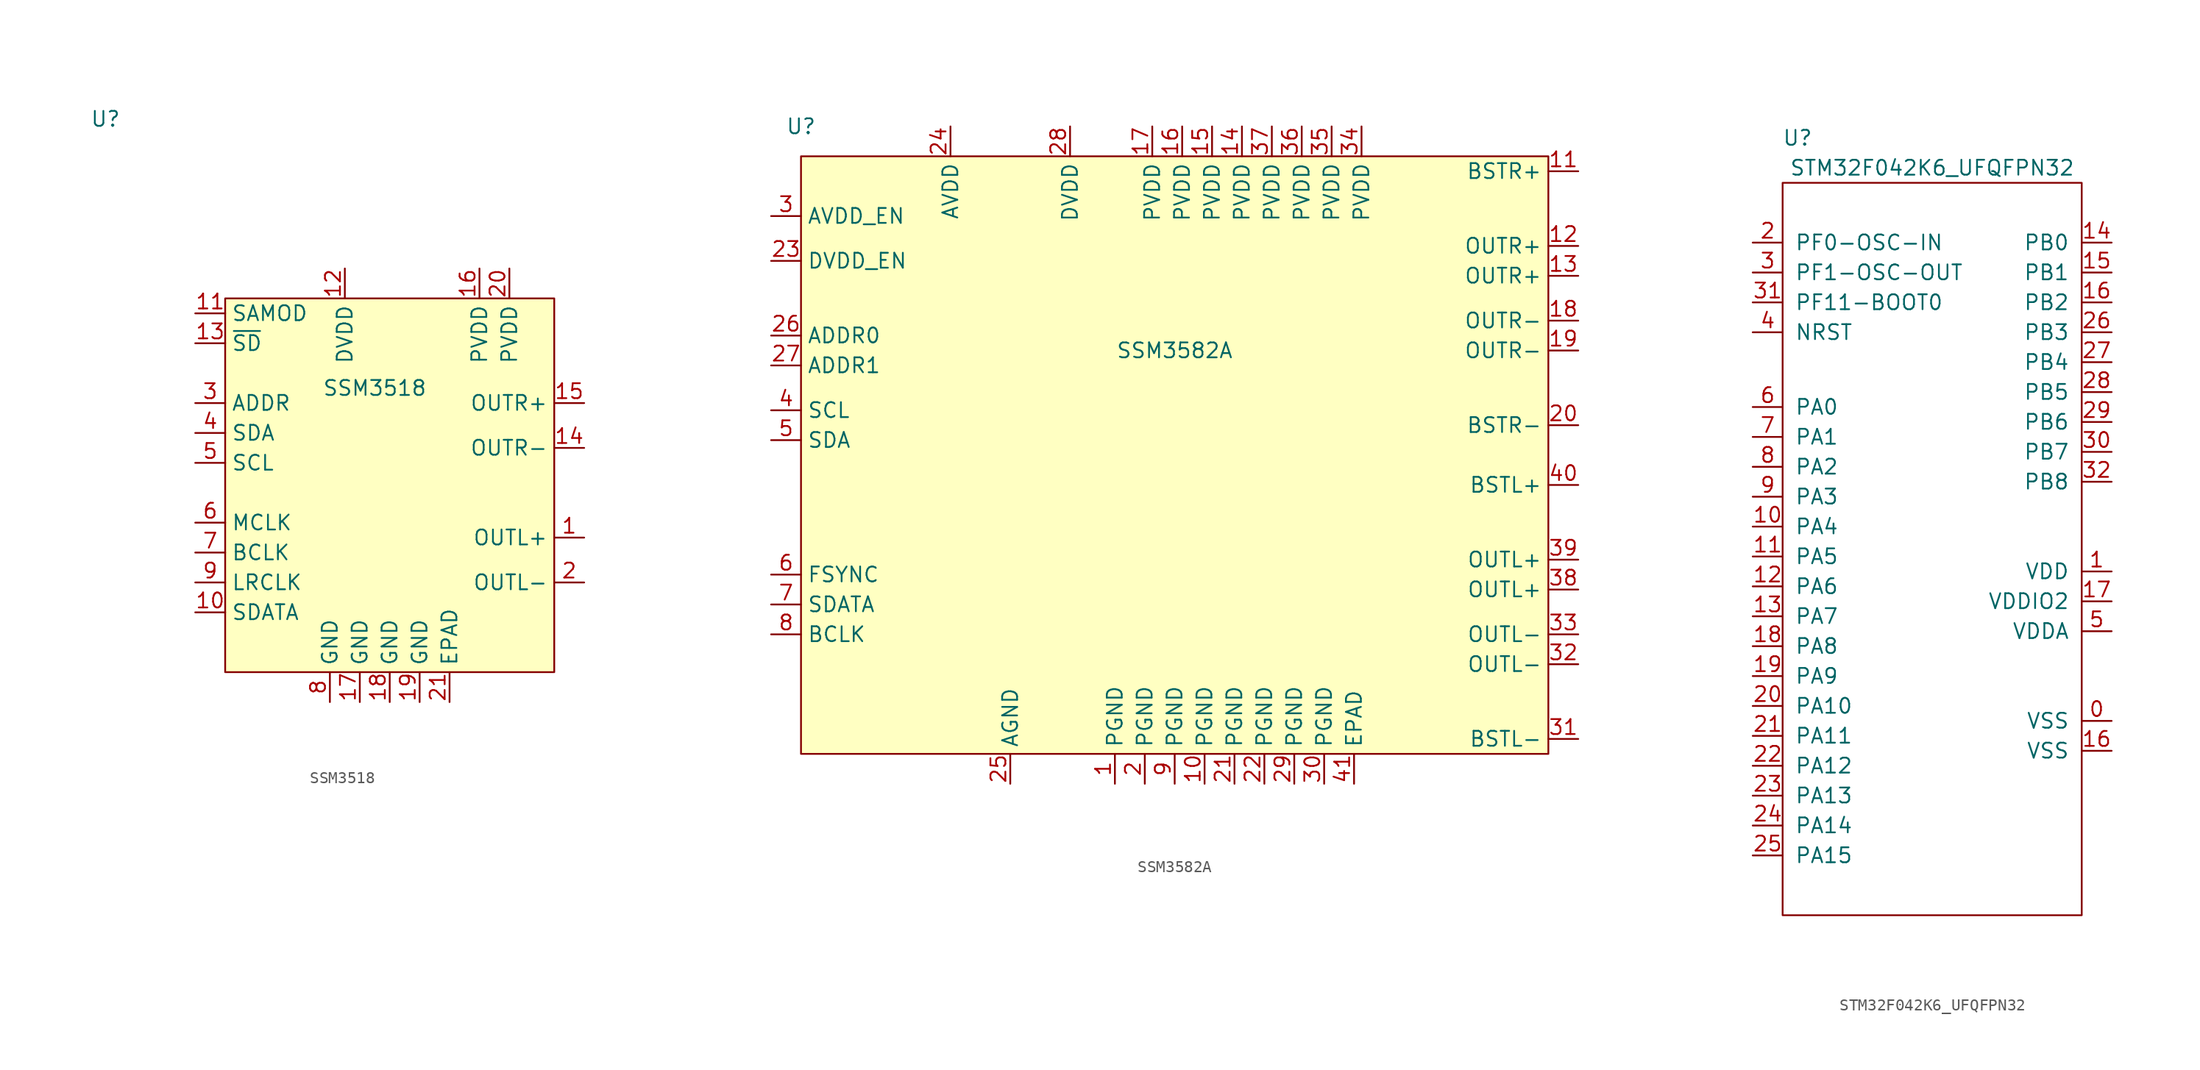
<source format=kicad_sym>
(kicad_symbol_lib
  (version 20211014)
  (generator kicad_symbol_editor)
  (symbol "SSM3518"
    (property "Reference" "U"
      (at -24.13 31.75 0)
      (effects (font (size 1.27 1.27))))
    (property "Value" "SSM3518"
      (at -1.27 8.89 0)
      (effects (font (size 1.27 1.27))))
    (symbol "SSM3518_0_1"
      (rectangle (start -13.97 16.51) (end 13.97 -15.24) (stroke (width 0.152) (type default) (color 0 0 0 0)) (fill (type background))))
    (symbol "SSM3518_1_1"
      (pin output line (at 16.51 -3.81 180) (length 2.54) (name "OUTL+" (effects (font (size 1.27 1.27)))) (number "1" (effects (font (size 1.27 1.27)))))
      (pin input line (at -16.51 -10.16 0) (length 2.54) (name "SDATA" (effects (font (size 1.27 1.27)))) (number "10" (effects (font (size 1.27 1.27)))))
      (pin input line (at -16.51 15.24 0) (length 2.54) (name "SAMOD" (effects (font (size 1.27 1.27)))) (number "11" (effects (font (size 1.27 1.27)))))
      (pin power_in line (at -3.81 19.05 270) (length 2.54) (name "DVDD" (effects (font (size 1.27 1.27)))) (number "12" (effects (font (size 1.27 1.27)))))
      (pin input line (at -16.51 12.7 0) (length 2.54) (name "~{SD}" (effects (font (size 1.27 1.27)))) (number "13" (effects (font (size 1.27 1.27)))))
      (pin output line (at 16.51 3.81 180) (length 2.54) (name "OUTR-" (effects (font (size 1.27 1.27)))) (number "14" (effects (font (size 1.27 1.27)))))
      (pin output line (at 16.51 7.62 180) (length 2.54) (name "OUTR+" (effects (font (size 1.27 1.27)))) (number "15" (effects (font (size 1.27 1.27)))))
      (pin power_in line (at 7.62 19.05 270) (length 2.54) (name "PVDD" (effects (font (size 1.27 1.27)))) (number "16" (effects (font (size 1.27 1.27)))))
      (pin power_in line (at -2.54 -17.78 90) (length 2.54) (name "GND" (effects (font (size 1.27 1.27)))) (number "17" (effects (font (size 1.27 1.27)))))
      (pin power_in line (at 0 -17.78 90) (length 2.54) (name "GND" (effects (font (size 1.27 1.27)))) (number "18" (effects (font (size 1.27 1.27)))))
      (pin power_in line (at 2.54 -17.78 90) (length 2.54) (name "GND" (effects (font (size 1.27 1.27)))) (number "19" (effects (font (size 1.27 1.27)))))
      (pin output line (at 16.51 -7.62 180) (length 2.54) (name "OUTL-" (effects (font (size 1.27 1.27)))) (number "2" (effects (font (size 1.27 1.27)))))
      (pin power_in line (at 10.16 19.05 270) (length 2.54) (name "PVDD" (effects (font (size 1.27 1.27)))) (number "20" (effects (font (size 1.27 1.27)))))
      (pin power_in line (at 5.08 -17.78 90) (length 2.54) (name "EPAD" (effects (font (size 1.27 1.27)))) (number "21" (effects (font (size 1.27 1.27)))))
      (pin input line (at -16.51 7.62 0) (length 2.54) (name "ADDR" (effects (font (size 1.27 1.27)))) (number "3" (effects (font (size 1.27 1.27)))))
      (pin bidirectional line (at -16.51 5.08 0) (length 2.54) (name "SDA" (effects (font (size 1.27 1.27)))) (number "4" (effects (font (size 1.27 1.27)))))
      (pin input line (at -16.51 2.54 0) (length 2.54) (name "SCL" (effects (font (size 1.27 1.27)))) (number "5" (effects (font (size 1.27 1.27)))))
      (pin input line (at -16.51 -2.54 0) (length 2.54) (name "MCLK" (effects (font (size 1.27 1.27)))) (number "6" (effects (font (size 1.27 1.27)))))
      (pin input line (at -16.51 -5.08 0) (length 2.54) (name "BCLK" (effects (font (size 1.27 1.27)))) (number "7" (effects (font (size 1.27 1.27)))))
      (pin power_in line (at -5.08 -17.78 90) (length 2.54) (name "GND" (effects (font (size 1.27 1.27)))) (number "8" (effects (font (size 1.27 1.27)))))
      (pin input line (at -16.51 -7.62 0) (length 2.54) (name "LRCLK" (effects (font (size 1.27 1.27)))) (number "9" (effects (font (size 1.27 1.27)))))))
  (symbol "SSM3582A"
    (property "Reference" "U"
      (at -33.02 27.94 0)
      (effects (font (size 1.27 1.27))))
    (property "Value" "SSM3582A"
      (at -1.27 8.89 0)
      (effects (font (size 1.27 1.27))))
    (symbol "SSM3582A_0_1"
      (rectangle (start -33.02 25.4) (end 30.48 -25.4) (stroke (width 0.152) (type default) (color 0 0 0 0)) (fill (type background))))
    (symbol "SSM3582A_1_1"
      (pin power_in line (at -6.35 -27.94 90) (length 2.54) (name "PGND" (effects (font (size 1.27 1.27)))) (number "1" (effects (font (size 1.27 1.27)))))
      (pin power_in line (at 1.27 -27.94 90) (length 2.54) (name "PGND" (effects (font (size 1.27 1.27)))) (number "10" (effects (font (size 1.27 1.27)))))
      (pin input line (at 33.02 24.13 180) (length 2.54) (name "BSTR+" (effects (font (size 1.27 1.27)))) (number "11" (effects (font (size 1.27 1.27)))))
      (pin output line (at 33.02 17.78 180) (length 2.54) (name "OUTR+" (effects (font (size 1.27 1.27)))) (number "12" (effects (font (size 1.27 1.27)))))
      (pin output line (at 33.02 15.24 180) (length 2.54) (name "OUTR+" (effects (font (size 1.27 1.27)))) (number "13" (effects (font (size 1.27 1.27)))))
      (pin power_in line (at 4.445 27.94 270) (length 2.54) (name "PVDD" (effects (font (size 1.27 1.27)))) (number "14" (effects (font (size 1.27 1.27)))))
      (pin power_in line (at 1.905 27.94 270) (length 2.54) (name "PVDD" (effects (font (size 1.27 1.27)))) (number "15" (effects (font (size 1.27 1.27)))))
      (pin power_in line (at -0.635 27.94 270) (length 2.54) (name "PVDD" (effects (font (size 1.27 1.27)))) (number "16" (effects (font (size 1.27 1.27)))))
      (pin power_in line (at -3.175 27.94 270) (length 2.54) (name "PVDD" (effects (font (size 1.27 1.27)))) (number "17" (effects (font (size 1.27 1.27)))))
      (pin output line (at 33.02 11.43 180) (length 2.54) (name "OUTR-" (effects (font (size 1.27 1.27)))) (number "18" (effects (font (size 1.27 1.27)))))
      (pin output line (at 33.02 8.89 180) (length 2.54) (name "OUTR-" (effects (font (size 1.27 1.27)))) (number "19" (effects (font (size 1.27 1.27)))))
      (pin power_in line (at -3.81 -27.94 90) (length 2.54) (name "PGND" (effects (font (size 1.27 1.27)))) (number "2" (effects (font (size 1.27 1.27)))))
      (pin power_in line (at 33.02 2.54 180) (length 2.54) (name "BSTR-" (effects (font (size 1.27 1.27)))) (number "20" (effects (font (size 1.27 1.27)))))
      (pin power_in line (at 3.81 -27.94 90) (length 2.54) (name "PGND" (effects (font (size 1.27 1.27)))) (number "21" (effects (font (size 1.27 1.27)))))
      (pin output line (at 6.35 -27.94 90) (length 2.54) (name "PGND" (effects (font (size 1.27 1.27)))) (number "22" (effects (font (size 1.27 1.27)))))
      (pin input line (at -35.56 16.51 0) (length 2.54) (name "DVDD_EN" (effects (font (size 1.27 1.27)))) (number "23" (effects (font (size 1.27 1.27)))))
      (pin power_in line (at -20.32 27.94 270) (length 2.54) (name "AVDD" (effects (font (size 1.27 1.27)))) (number "24" (effects (font (size 1.27 1.27)))))
      (pin power_in line (at -15.24 -27.94 90) (length 2.54) (name "AGND" (effects (font (size 1.27 1.27)))) (number "25" (effects (font (size 1.27 1.27)))))
      (pin input line (at -35.56 10.16 0) (length 2.54) (name "ADDR0" (effects (font (size 1.27 1.27)))) (number "26" (effects (font (size 1.27 1.27)))))
      (pin input line (at -35.56 7.62 0) (length 2.54) (name "ADDR1" (effects (font (size 1.27 1.27)))) (number "27" (effects (font (size 1.27 1.27)))))
      (pin power_in line (at -10.16 27.94 270) (length 2.54) (name "DVDD" (effects (font (size 1.27 1.27)))) (number "28" (effects (font (size 1.27 1.27)))))
      (pin power_in line (at 8.89 -27.94 90) (length 2.54) (name "PGND" (effects (font (size 1.27 1.27)))) (number "29" (effects (font (size 1.27 1.27)))))
      (pin input line (at -35.56 20.32 0) (length 2.54) (name "AVDD_EN" (effects (font (size 1.27 1.27)))) (number "3" (effects (font (size 1.27 1.27)))))
      (pin power_in line (at 11.43 -27.94 90) (length 2.54) (name "PGND" (effects (font (size 1.27 1.27)))) (number "30" (effects (font (size 1.27 1.27)))))
      (pin input line (at 33.02 -24.13 180) (length 2.54) (name "BSTL-" (effects (font (size 1.27 1.27)))) (number "31" (effects (font (size 1.27 1.27)))))
      (pin output line (at 33.02 -17.78 180) (length 2.54) (name "OUTL-" (effects (font (size 1.27 1.27)))) (number "32" (effects (font (size 1.27 1.27)))))
      (pin output line (at 33.02 -15.24 180) (length 2.54) (name "OUTL-" (effects (font (size 1.27 1.27)))) (number "33" (effects (font (size 1.27 1.27)))))
      (pin power_in line (at 14.605 27.94 270) (length 2.54) (name "PVDD" (effects (font (size 1.27 1.27)))) (number "34" (effects (font (size 1.27 1.27)))))
      (pin power_in line (at 12.065 27.94 270) (length 2.54) (name "PVDD" (effects (font (size 1.27 1.27)))) (number "35" (effects (font (size 1.27 1.27)))))
      (pin power_in line (at 9.525 27.94 270) (length 2.54) (name "PVDD" (effects (font (size 1.27 1.27)))) (number "36" (effects (font (size 1.27 1.27)))))
      (pin power_in line (at 6.985 27.94 270) (length 2.54) (name "PVDD" (effects (font (size 1.27 1.27)))) (number "37" (effects (font (size 1.27 1.27)))))
      (pin output line (at 33.02 -11.43 180) (length 2.54) (name "OUTL+" (effects (font (size 1.27 1.27)))) (number "38" (effects (font (size 1.27 1.27)))))
      (pin output line (at 33.02 -8.89 180) (length 2.54) (name "OUTL+" (effects (font (size 1.27 1.27)))) (number "39" (effects (font (size 1.27 1.27)))))
      (pin input line (at -35.56 3.81 0) (length 2.54) (name "SCL" (effects (font (size 1.27 1.27)))) (number "4" (effects (font (size 1.27 1.27)))))
      (pin input line (at 33.02 -2.54 180) (length 2.54) (name "BSTL+" (effects (font (size 1.27 1.27)))) (number "40" (effects (font (size 1.27 1.27)))))
      (pin passive line (at 13.97 -27.94 90) (length 2.54) (name "EPAD" (effects (font (size 1.27 1.27)))) (number "41" (effects (font (size 1.27 1.27)))))
      (pin bidirectional line (at -35.56 1.27 0) (length 2.54) (name "SDA" (effects (font (size 1.27 1.27)))) (number "5" (effects (font (size 1.27 1.27)))))
      (pin input line (at -35.56 -10.16 0) (length 2.54) (name "FSYNC" (effects (font (size 1.27 1.27)))) (number "6" (effects (font (size 1.27 1.27)))))
      (pin input line (at -35.56 -12.7 0) (length 2.54) (name "SDATA" (effects (font (size 1.27 1.27)))) (number "7" (effects (font (size 1.27 1.27)))))
      (pin input line (at -35.56 -15.24 0) (length 2.54) (name "BCLK" (effects (font (size 1.27 1.27)))) (number "8" (effects (font (size 1.27 1.27)))))
      (pin power_in line (at -1.27 -27.94 90) (length 2.54) (name "PGND" (effects (font (size 1.27 1.27)))) (number "9" (effects (font (size 1.27 1.27)))))))
  (symbol "STM32F042K6_UFQFPN32"
    (pin_names
      (offset 1.016))
    (property "Reference" "U"
      (at -11.43 34.29 0)
      (effects (font (size 1.27 1.27))))
    (property "Value" "STM32F042K6_UFQFPN32"
      (at 0 31.75 0)
      (effects (font (size 1.27 1.27))))
    (symbol "STM32F042K6_UFQFPN32_1_1"
      (rectangle (start -12.7 30.48) (end 12.7 -31.75) (stroke (width 0) (type default) (color 0 0 0 0)) (fill (type none)))
      (pin bidirectional line (at 15.24 -15.24 180) (length 2.54) (name "VSS" (effects (font (size 1.27 1.27)))) (number "0" (effects (font (size 1.27 1.27)))))
      (pin bidirectional line (at 15.24 -2.54 180) (length 2.54) (name "VDD" (effects (font (size 1.27 1.27)))) (number "1" (effects (font (size 1.27 1.27)))))
      (pin bidirectional line (at -15.24 1.27 0) (length 2.54) (name "PA4" (effects (font (size 1.27 1.27)))) (number "10" (effects (font (size 1.27 1.27)))))
      (pin bidirectional line (at -15.24 -1.27 0) (length 2.54) (name "PA5" (effects (font (size 1.27 1.27)))) (number "11" (effects (font (size 1.27 1.27)))))
      (pin bidirectional line (at -15.24 -3.81 0) (length 2.54) (name "PA6" (effects (font (size 1.27 1.27)))) (number "12" (effects (font (size 1.27 1.27)))))
      (pin bidirectional line (at -15.24 -6.35 0) (length 2.54) (name "PA7" (effects (font (size 1.27 1.27)))) (number "13" (effects (font (size 1.27 1.27)))))
      (pin bidirectional line (at 15.24 25.4 180) (length 2.54) (name "PB0" (effects (font (size 1.27 1.27)))) (number "14" (effects (font (size 1.27 1.27)))))
      (pin bidirectional line (at 15.24 22.86 180) (length 2.54) (name "PB1" (effects (font (size 1.27 1.27)))) (number "15" (effects (font (size 1.27 1.27)))))
      (pin bidirectional line (at 15.24 20.32 180) (length 2.54) (name "PB2" (effects (font (size 1.27 1.27)))) (number "16" (effects (font (size 1.27 1.27)))))
      (pin bidirectional line (at 15.24 -17.78 180) (length 2.54) (name "VSS" (effects (font (size 1.27 1.27)))) (number "16" (effects (font (size 1.27 1.27)))))
      (pin bidirectional line (at 15.24 -5.08 180) (length 2.54) (name "VDDIO2" (effects (font (size 1.27 1.27)))) (number "17" (effects (font (size 1.27 1.27)))))
      (pin bidirectional line (at -15.24 -8.89 0) (length 2.54) (name "PA8" (effects (font (size 1.27 1.27)))) (number "18" (effects (font (size 1.27 1.27)))))
      (pin bidirectional line (at -15.24 -11.43 0) (length 2.54) (name "PA9" (effects (font (size 1.27 1.27)))) (number "19" (effects (font (size 1.27 1.27)))))
      (pin bidirectional line (at -15.24 25.4 0) (length 2.54) (name "PF0-OSC-IN" (effects (font (size 1.27 1.27)))) (number "2" (effects (font (size 1.27 1.27)))))
      (pin bidirectional line (at -15.24 -13.97 0) (length 2.54) (name "PA10" (effects (font (size 1.27 1.27)))) (number "20" (effects (font (size 1.27 1.27)))))
      (pin bidirectional line (at -15.24 -16.51 0) (length 2.54) (name "PA11" (effects (font (size 1.27 1.27)))) (number "21" (effects (font (size 1.27 1.27)))))
      (pin bidirectional line (at -15.24 -19.05 0) (length 2.54) (name "PA12" (effects (font (size 1.27 1.27)))) (number "22" (effects (font (size 1.27 1.27)))))
      (pin bidirectional line (at -15.24 -21.59 0) (length 2.54) (name "PA13" (effects (font (size 1.27 1.27)))) (number "23" (effects (font (size 1.27 1.27)))))
      (pin bidirectional line (at -15.24 -24.13 0) (length 2.54) (name "PA14" (effects (font (size 1.27 1.27)))) (number "24" (effects (font (size 1.27 1.27)))))
      (pin bidirectional line (at -15.24 -26.67 0) (length 2.54) (name "PA15" (effects (font (size 1.27 1.27)))) (number "25" (effects (font (size 1.27 1.27)))))
      (pin bidirectional line (at 15.24 17.78 180) (length 2.54) (name "PB3" (effects (font (size 1.27 1.27)))) (number "26" (effects (font (size 1.27 1.27)))))
      (pin bidirectional line (at 15.24 15.24 180) (length 2.54) (name "PB4" (effects (font (size 1.27 1.27)))) (number "27" (effects (font (size 1.27 1.27)))))
      (pin bidirectional line (at 15.24 12.7 180) (length 2.54) (name "PB5" (effects (font (size 1.27 1.27)))) (number "28" (effects (font (size 1.27 1.27)))))
      (pin bidirectional line (at 15.24 10.16 180) (length 2.54) (name "PB6" (effects (font (size 1.27 1.27)))) (number "29" (effects (font (size 1.27 1.27)))))
      (pin bidirectional line (at -15.24 22.86 0) (length 2.54) (name "PF1-OSC-OUT" (effects (font (size 1.27 1.27)))) (number "3" (effects (font (size 1.27 1.27)))))
      (pin bidirectional line (at 15.24 7.62 180) (length 2.54) (name "PB7" (effects (font (size 1.27 1.27)))) (number "30" (effects (font (size 1.27 1.27)))))
      (pin bidirectional line (at -15.24 20.32 0) (length 2.54) (name "PF11-BOOT0" (effects (font (size 1.27 1.27)))) (number "31" (effects (font (size 1.27 1.27)))))
      (pin bidirectional line (at 15.24 5.08 180) (length 2.54) (name "PB8" (effects (font (size 1.27 1.27)))) (number "32" (effects (font (size 1.27 1.27)))))
      (pin bidirectional line (at -15.24 17.78 0) (length 2.54) (name "NRST" (effects (font (size 1.27 1.27)))) (number "4" (effects (font (size 1.27 1.27)))))
      (pin bidirectional line (at 15.24 -7.62 180) (length 2.54) (name "VDDA" (effects (font (size 1.27 1.27)))) (number "5" (effects (font (size 1.27 1.27)))))
      (pin bidirectional line (at -15.24 11.43 0) (length 2.54) (name "PA0" (effects (font (size 1.27 1.27)))) (number "6" (effects (font (size 1.27 1.27)))))
      (pin bidirectional line (at -15.24 8.89 0) (length 2.54) (name "PA1" (effects (font (size 1.27 1.27)))) (number "7" (effects (font (size 1.27 1.27)))))
      (pin bidirectional line (at -15.24 6.35 0) (length 2.54) (name "PA2" (effects (font (size 1.27 1.27)))) (number "8" (effects (font (size 1.27 1.27)))))
      (pin bidirectional line (at -15.24 3.81 0) (length 2.54) (name "PA3" (effects (font (size 1.27 1.27)))) (number "9" (effects (font (size 1.27 1.27))))))))
</source>
